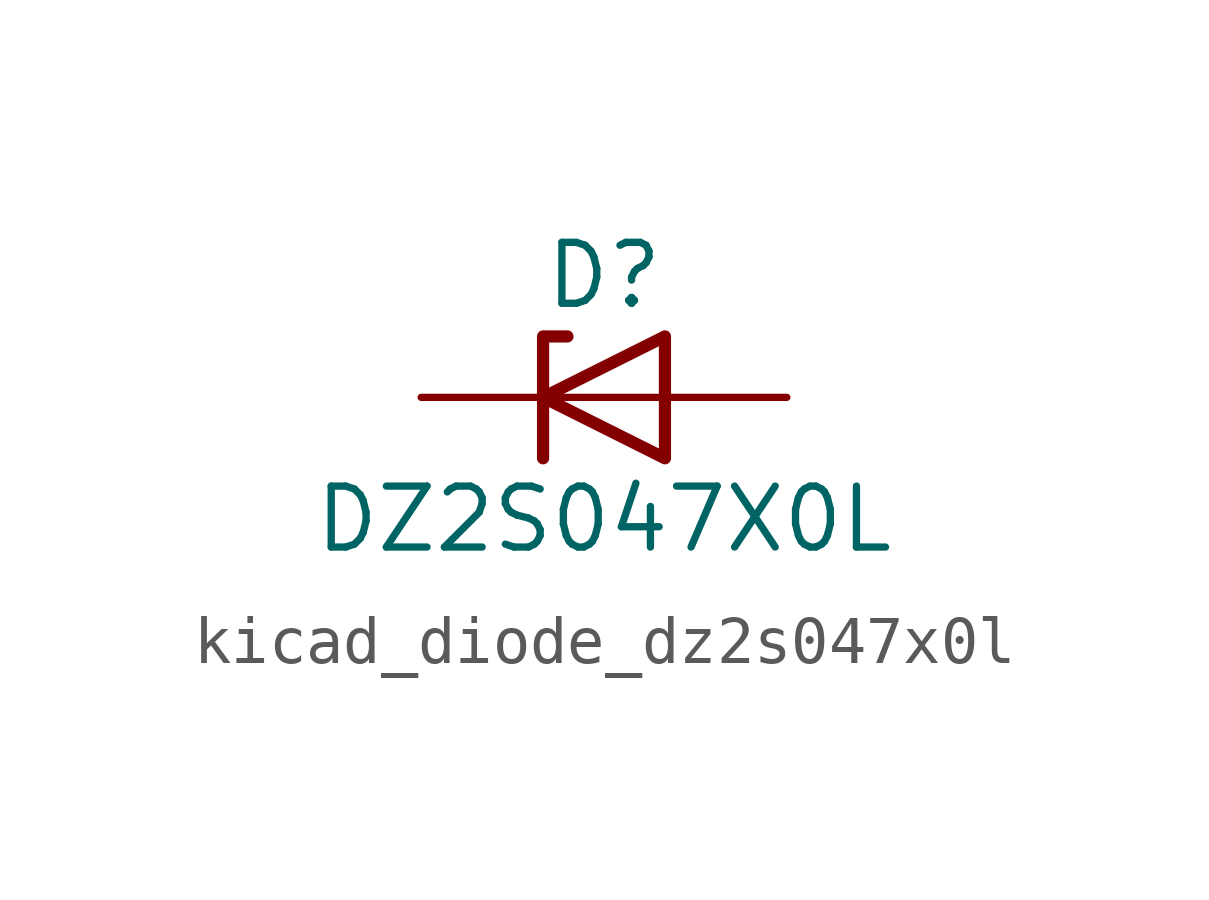
<source format=kicad_sym>
(kicad_symbol_lib
  (version 20220914)
  (generator kicad_symbol_editor)
  (symbol "kicad_diode_dz2s047x0l"
    (pin_numbers hide)
    (pin_names hide)
    (property "Reference" "D"
      (at 0 2.54 0)
      (effects (font (size 1.27 1.27))))
    (property "Value" "DZ2S047X0L"
      (at 0 -2.54 0)
      (effects (font (size 1.27 1.27))))
    (symbol "kicad_diode_dz2s047x0l_0_1"
      (polyline (pts (xy 1.27 0) (xy -1.27 0)) (stroke (width 0) (type default)) (fill (type none)))
      (polyline (pts (xy -1.27 -1.27) (xy -1.27 1.27) (xy -0.762 1.27)) (stroke (width 0.254) (type default)) (fill (type none)))
      (polyline (pts (xy 1.27 -1.27) (xy 1.27 1.27) (xy -1.27 0) (xy 1.27 -1.27)) (stroke (width 0.254) (type default)) (fill (type none))))
    (symbol "kicad_diode_dz2s047x0l_1_1"
      (pin passive line (at -3.81 0 0) (length 2.54) (name "K" (effects (font (size 1.27 1.27)))) (number "1" (effects (font (size 1.27 1.27)))))
      (pin passive line (at 3.81 0 180) (length 2.54) (name "A" (effects (font (size 1.27 1.27)))) (number "2" (effects (font (size 1.27 1.27))))))))
</source>
